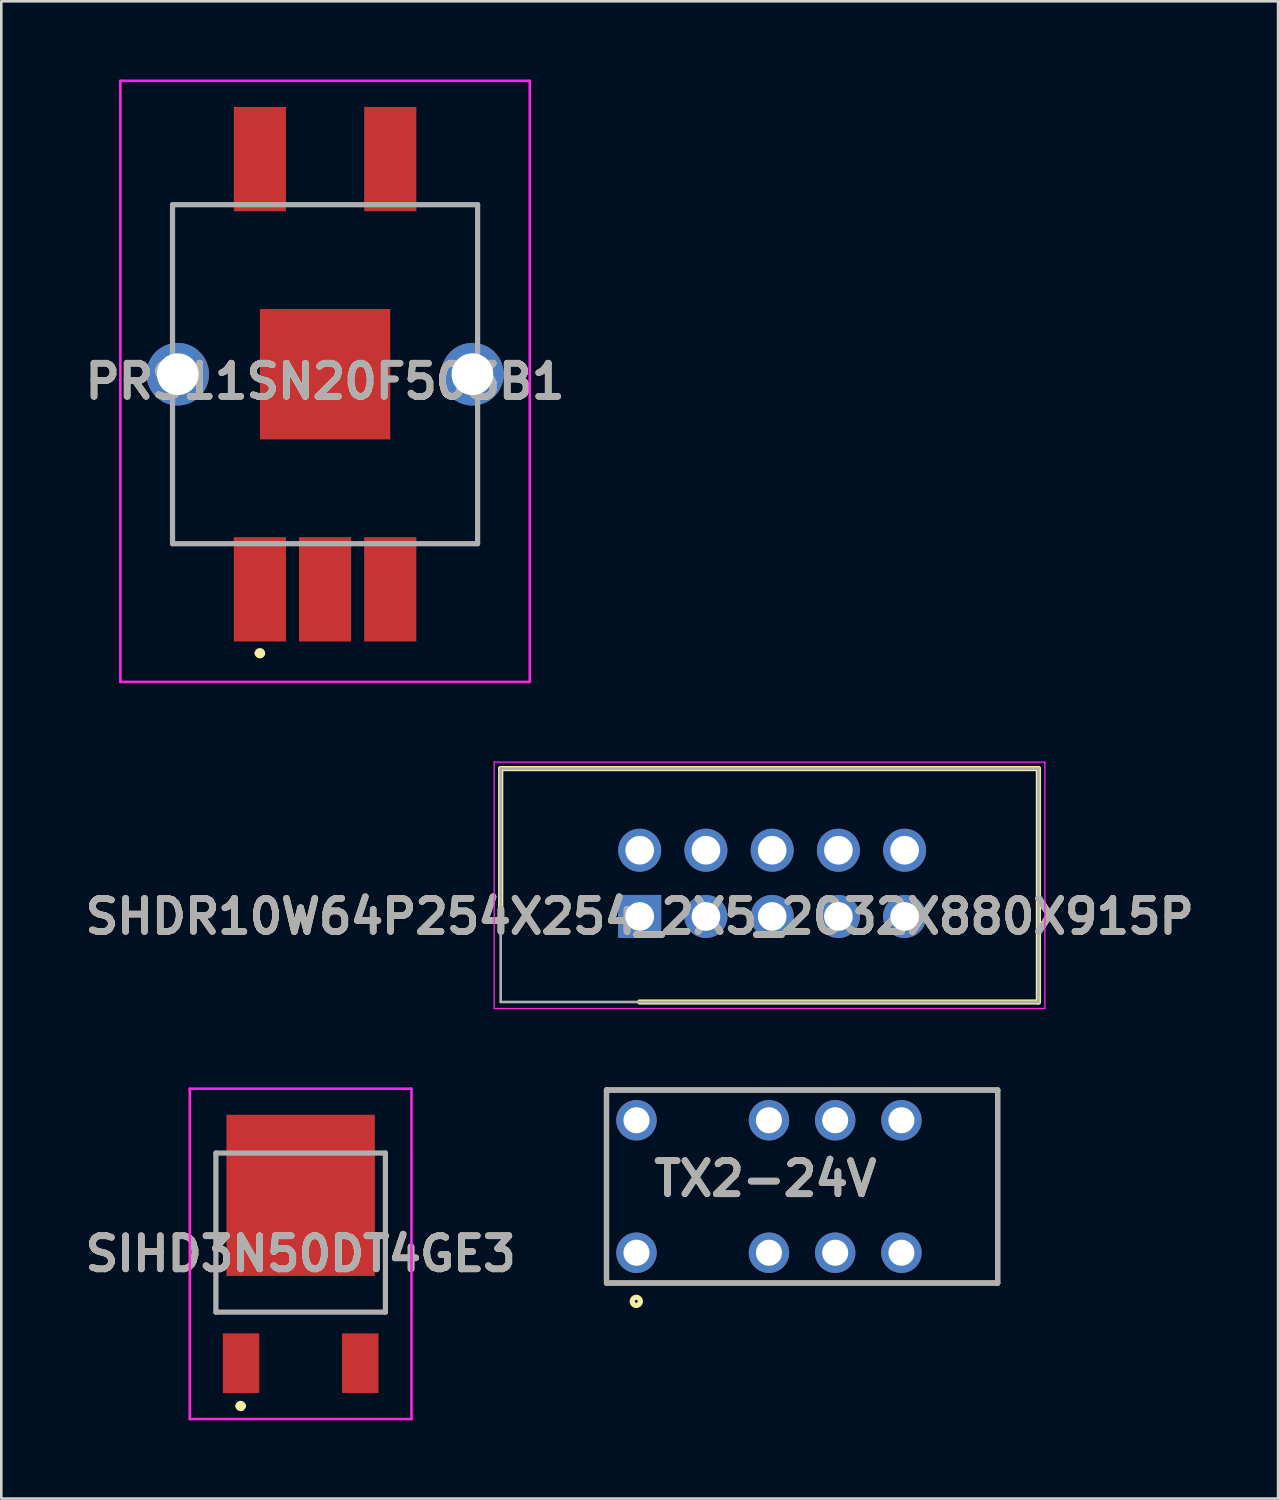
<source format=kicad_pcb>
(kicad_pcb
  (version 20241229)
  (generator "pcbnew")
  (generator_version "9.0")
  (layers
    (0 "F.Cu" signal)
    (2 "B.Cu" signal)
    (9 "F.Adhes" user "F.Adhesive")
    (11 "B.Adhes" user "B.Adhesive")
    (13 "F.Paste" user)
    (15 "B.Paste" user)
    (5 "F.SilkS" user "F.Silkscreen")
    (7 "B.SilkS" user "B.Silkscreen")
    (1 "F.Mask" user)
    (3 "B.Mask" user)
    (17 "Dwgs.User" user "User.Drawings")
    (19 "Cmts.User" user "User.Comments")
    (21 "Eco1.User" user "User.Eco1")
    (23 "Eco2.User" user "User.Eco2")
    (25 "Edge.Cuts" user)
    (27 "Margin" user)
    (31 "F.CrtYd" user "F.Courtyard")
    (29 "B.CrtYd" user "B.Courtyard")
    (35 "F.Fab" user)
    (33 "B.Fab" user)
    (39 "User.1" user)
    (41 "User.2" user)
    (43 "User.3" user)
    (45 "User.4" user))
  (footprint "SHDR10W64P254X254_2X5_2032X880X915P"
    (layer "F.Cu")
    (at 21.481 32.095)
    (property "Reference" "SHDR10W64P254X254_2X5_2032X880X915P" (at 0 0 0) (layer "F.SilkS") (effects (font (size 1.27 1.27) (thickness 0.254))))
    (attr through_hole)
    (fp_line (start -5.33 -5.67) (end -5.33 0) (stroke (width 0.2) (type solid)) (layer "F.SilkS"))
    (fp_line (start 0 3.28) (end 15.29 3.28) (stroke (width 0.2) (type solid)) (layer "F.SilkS"))
    (fp_line (start 15.29 -5.67) (end -5.33 -5.67) (stroke (width 0.2) (type solid)) (layer "F.SilkS"))
    (fp_line (start 15.29 3.28) (end 15.29 -5.67) (stroke (width 0.2) (type solid)) (layer "F.SilkS"))
    (fp_line (start -5.58 -5.92) (end 15.54 -5.92) (stroke (width 0.05) (type solid)) (layer "F.CrtYd"))
    (fp_line (start -5.58 3.53) (end -5.58 -5.92) (stroke (width 0.05) (type solid)) (layer "F.CrtYd"))
    (fp_line (start 15.54 -5.92) (end 15.54 3.53) (stroke (width 0.05) (type solid)) (layer "F.CrtYd"))
    (fp_line (start 15.54 3.53) (end -5.58 3.53) (stroke (width 0.05) (type solid)) (layer "F.CrtYd"))
    (fp_line (start -5.33 -5.67) (end 15.29 -5.67) (stroke (width 0.1) (type solid)) (layer "F.Fab"))
    (fp_line (start -5.33 3.28) (end -5.33 -5.67) (stroke (width 0.1) (type solid)) (layer "F.Fab"))
    (fp_line (start 15.29 -5.67) (end 15.29 3.28) (stroke (width 0.1) (type solid)) (layer "F.Fab"))
    (fp_line (start 15.29 3.28) (end -5.33 3.28) (stroke (width 0.1) (type solid)) (layer "F.Fab"))
    (fp_text user "${REFERENCE}" (at 0 0 0) (layer "F.Fab") (effects (font (size 1.27 1.27) (thickness 0.254))))
    (pad "1" thru_hole rect (at 0 0) (size 1.65 1.65) (drill 1.1) (layers "*.Cu" "*.Mask"))
    (pad "2" thru_hole circle (at 0 -2.54) (size 1.65 1.65) (drill 1.1) (layers "*.Cu" "*.Mask"))
    (pad "3" thru_hole circle (at 2.54 0) (size 1.65 1.65) (drill 1.1) (layers "*.Cu" "*.Mask"))
    (pad "4" thru_hole circle (at 2.54 -2.54) (size 1.65 1.65) (drill 1.1) (layers "*.Cu" "*.Mask"))
    (pad "5" thru_hole circle (at 5.08 0) (size 1.65 1.65) (drill 1.1) (layers "*.Cu" "*.Mask"))
    (pad "6" thru_hole circle (at 5.08 -2.54) (size 1.65 1.65) (drill 1.1) (layers "*.Cu" "*.Mask"))
    (pad "7" thru_hole circle (at 7.62 0) (size 1.65 1.65) (drill 1.1) (layers "*.Cu" "*.Mask"))
    (pad "8" thru_hole circle (at 7.62 -2.54) (size 1.65 1.65) (drill 1.1) (layers "*.Cu" "*.Mask"))
    (pad "9" thru_hole circle (at 10.16 0) (size 1.65 1.65) (drill 1.1) (layers "*.Cu" "*.Mask"))
    (pad "10" thru_hole circle (at 10.16 -2.54) (size 1.65 1.65) (drill 1.1) (layers "*.Cu" "*.Mask")))
  (footprint "SIHD3N50DT4GE3"
    (layer "F.Cu")
    (at 8.479 45.034)
    (property "Reference" "SIHD3N50DT4GE3" (at 0 0 0) (layer "F.SilkS") (effects (font (size 1.27 1.27) (thickness 0.254))))
    (attr smd)
    (fp_line (start -3.25 -3.866) (end -3.25 2.234) (stroke (width 0.1) (type solid)) (layer "F.SilkS"))
    (fp_line (start -3.25 2.234) (end 3.25 2.234) (stroke (width 0.1) (type solid)) (layer "F.SilkS"))
    (fp_line (start -2.4 5.834) (end -2.4 5.834) (stroke (width 0.2) (type solid)) (layer "F.SilkS"))
    (fp_line (start -2.2 5.834) (end -2.2 5.834) (stroke (width 0.2) (type solid)) (layer "F.SilkS"))
    (fp_line (start 3.25 2.234) (end 3.25 -3.866) (stroke (width 0.1) (type solid)) (layer "F.SilkS"))
    (fp_arc (start -2.4 5.834) (mid -2.3 5.734) (end -2.2 5.834) (stroke (width 0.2) (type solid)) (layer "F.SilkS"))
    (fp_arc (start -2.2 5.834) (mid -2.3 5.934) (end -2.4 5.834) (stroke (width 0.2) (type solid)) (layer "F.SilkS"))
    (fp_line (start -4.25 -6.334) (end 4.25 -6.334) (stroke (width 0.1) (type solid)) (layer "F.CrtYd"))
    (fp_line (start -4.25 6.334) (end -4.25 -6.334) (stroke (width 0.1) (type solid)) (layer "F.CrtYd"))
    (fp_line (start 4.25 -6.334) (end 4.25 6.334) (stroke (width 0.1) (type solid)) (layer "F.CrtYd"))
    (fp_line (start 4.25 6.334) (end -4.25 6.334) (stroke (width 0.1) (type solid)) (layer "F.CrtYd"))
    (fp_line (start -3.25 -3.866) (end 3.25 -3.866) (stroke (width 0.2) (type solid)) (layer "F.Fab"))
    (fp_line (start -3.25 2.234) (end -3.25 -3.866) (stroke (width 0.2) (type solid)) (layer "F.Fab"))
    (fp_line (start 3.25 -3.866) (end 3.25 2.234) (stroke (width 0.2) (type solid)) (layer "F.Fab"))
    (fp_line (start 3.25 2.234) (end -3.25 2.234) (stroke (width 0.2) (type solid)) (layer "F.Fab"))
    (fp_text user "${REFERENCE}" (at 0 0 0) (layer "F.Fab") (effects (font (size 1.27 1.27) (thickness 0.254))))
    (pad "1" smd rect (at -2.286 4.191) (size 1.397 2.286) (layers "F.Cu" "F.Mask" "F.Paste"))
    (pad "2" smd rect (at 0 -2.244) (size 5.69 6.18) (layers "F.Cu" "F.Mask" "F.Paste"))
    (pad "3" smd rect (at 2.286 4.191) (size 1.397 2.286) (layers "F.Cu" "F.Mask" "F.Paste")))
  (footprint "TX2-24V"
    (layer "F.Cu")
    (at 20.208 42.45)
    (property "Reference" "TX2-24V" (at 6.092 -0.297 0) (layer "F.SilkS") (effects (font (size 1.27 1.27) (thickness 0.254))))
    (attr through_hole)
    (fp_line (start 0 -3.7) (end 15 -3.7) (stroke (width 0.2) (type solid)) (layer "F.SilkS"))
    (fp_line (start 0 3.7) (end 0 -3.7) (stroke (width 0.2) (type solid)) (layer "F.SilkS"))
    (fp_line (start 15 -3.7) (end 15 3.7) (stroke (width 0.2) (type solid)) (layer "F.SilkS"))
    (fp_line (start 15 3.7) (end 0 3.7) (stroke (width 0.2) (type solid)) (layer "F.SilkS"))
    (fp_circle (center 1.142 4.405) (end 1.142 4.46) (stroke (width 0.2) (type solid)) (fill no) (layer "F.SilkS"))
    (fp_line (start 0 -3.7) (end 15 -3.7) (stroke (width 0.2) (type solid)) (layer "F.Fab"))
    (fp_line (start 0 3.7) (end 0 -3.7) (stroke (width 0.2) (type solid)) (layer "F.Fab"))
    (fp_line (start 15 -3.7) (end 15 3.7) (stroke (width 0.2) (type solid)) (layer "F.Fab"))
    (fp_line (start 15 3.7) (end 0 3.7) (stroke (width 0.2) (type solid)) (layer "F.Fab"))
    (fp_text user "${REFERENCE}" (at 6.092 -0.297 0) (layer "F.Fab") (effects (font (size 1.27 1.27) (thickness 0.254))))
    (pad "1" thru_hole circle (at 1.15 2.54) (size 1.55 1.55) (drill 1) (layers "*.Cu" "*.Mask"))
    (pad "3" thru_hole circle (at 6.23 2.54) (size 1.55 1.55) (drill 1) (layers "*.Cu" "*.Mask"))
    (pad "4" thru_hole circle (at 8.77 2.54) (size 1.55 1.55) (drill 1) (layers "*.Cu" "*.Mask"))
    (pad "5" thru_hole circle (at 11.31 2.54) (size 1.55 1.55) (drill 1) (layers "*.Cu" "*.Mask"))
    (pad "8" thru_hole circle (at 11.31 -2.54) (size 1.55 1.55) (drill 1) (layers "*.Cu" "*.Mask"))
    (pad "9" thru_hole circle (at 8.77 -2.54) (size 1.55 1.55) (drill 1) (layers "*.Cu" "*.Mask"))
    (pad "10" thru_hole circle (at 6.23 -2.54) (size 1.55 1.55) (drill 1) (layers "*.Cu" "*.Mask"))
    (pad "12" thru_hole circle (at 1.15 -2.54) (size 1.55 1.55) (drill 1) (layers "*.Cu" "*.Mask")))
  (footprint "PRS11SN20F503B1"
    (layer "F.Cu")
    (at 9.416 12.575)
    (property "Reference" "PRS11SN20F503B1" (at 0 -1 0) (layer "F.SilkS") (effects (font (size 1.27 1.27) (thickness 0.254))))
    (attr through_hole)
    (fp_line (start -5.85 -7.775) (end -4 -7.775) (stroke (width 0.1) (type solid)) (layer "F.SilkS"))
    (fp_line (start -5.85 -2.775) (end -5.85 -7.775) (stroke (width 0.1) (type solid)) (layer "F.SilkS"))
    (fp_line (start -5.85 0.225) (end -5.85 5.225) (stroke (width 0.1) (type solid)) (layer "F.SilkS"))
    (fp_line (start -5.85 5.225) (end -4 5.225) (stroke (width 0.1) (type solid)) (layer "F.SilkS"))
    (fp_line (start -2.6 9.425) (end -2.6 9.425) (stroke (width 0.2) (type solid)) (layer "F.SilkS"))
    (fp_line (start -2.4 9.425) (end -2.4 9.425) (stroke (width 0.2) (type solid)) (layer "F.SilkS"))
    (fp_line (start 4 -7.775) (end 5.85 -7.775) (stroke (width 0.1) (type solid)) (layer "F.SilkS"))
    (fp_line (start 4 5.225) (end 5.85 5.225) (stroke (width 0.1) (type solid)) (layer "F.SilkS"))
    (fp_line (start 5.85 -7.775) (end 5.85 -2.775) (stroke (width 0.1) (type solid)) (layer "F.SilkS"))
    (fp_line (start 5.85 5.225) (end 5.85 0.225) (stroke (width 0.1) (type solid)) (layer "F.SilkS"))
    (fp_arc (start -2.6 9.425) (mid -2.5 9.325) (end -2.4 9.425) (stroke (width 0.2) (type solid)) (layer "F.SilkS"))
    (fp_arc (start -2.4 9.425) (mid -2.5 9.525) (end -2.6 9.425) (stroke (width 0.2) (type solid)) (layer "F.SilkS"))
    (fp_line (start -7.85 -12.525) (end 7.85 -12.525) (stroke (width 0.1) (type solid)) (layer "F.CrtYd"))
    (fp_line (start -7.85 10.525) (end -7.85 -12.525) (stroke (width 0.1) (type solid)) (layer "F.CrtYd"))
    (fp_line (start 7.85 -12.525) (end 7.85 10.525) (stroke (width 0.1) (type solid)) (layer "F.CrtYd"))
    (fp_line (start 7.85 10.525) (end -7.85 10.525) (stroke (width 0.1) (type solid)) (layer "F.CrtYd"))
    (fp_line (start -5.85 -7.775) (end 5.85 -7.775) (stroke (width 0.2) (type solid)) (layer "F.Fab"))
    (fp_line (start -5.85 5.225) (end -5.85 -7.775) (stroke (width 0.2) (type solid)) (layer "F.Fab"))
    (fp_line (start 5.85 -7.775) (end 5.85 5.225) (stroke (width 0.2) (type solid)) (layer "F.Fab"))
    (fp_line (start 5.85 5.225) (end -5.85 5.225) (stroke (width 0.2) (type solid)) (layer "F.Fab"))
    (fp_text user "${REFERENCE}" (at 0 -1 0) (layer "F.Fab") (effects (font (size 1.27 1.27) (thickness 0.254))))
    (pad "1" smd rect (at -2.5 6.975) (size 2 4) (layers "F.Cu" "F.Mask" "F.Paste"))
    (pad "2" smd rect (at 0 6.975) (size 2 4) (layers "F.Cu" "F.Mask" "F.Paste"))
    (pad "3" smd rect (at 2.5 6.975) (size 2 4) (layers "F.Cu" "F.Mask" "F.Paste"))
    (pad "4" smd rect (at -2.5 -9.525) (size 2 4) (layers "F.Cu" "F.Mask" "F.Paste"))
    (pad "5" smd rect (at 2.5 -9.525) (size 2 4) (layers "F.Cu" "F.Mask" "F.Paste"))
    (pad "6" smd rect (at 0 -1.275 90) (size 5 5) (layers "F.Cu" "F.Mask" "F.Paste"))
    (pad "7" thru_hole circle (at -5.65 -1.275) (size 2.4 2.4) (drill 1.6) (layers "*.Cu" "*.Mask"))
    (pad "8" thru_hole circle (at 5.65 -1.275) (size 2.4 2.4) (drill 1.6) (layers "*.Cu" "*.Mask")))
  (gr_rect
    (start -3 -3)
    (end 45.962 54.418)
    (stroke (width 0.1) (type default))
    (fill no)
    (layer "Edge.Cuts")))
</source>
